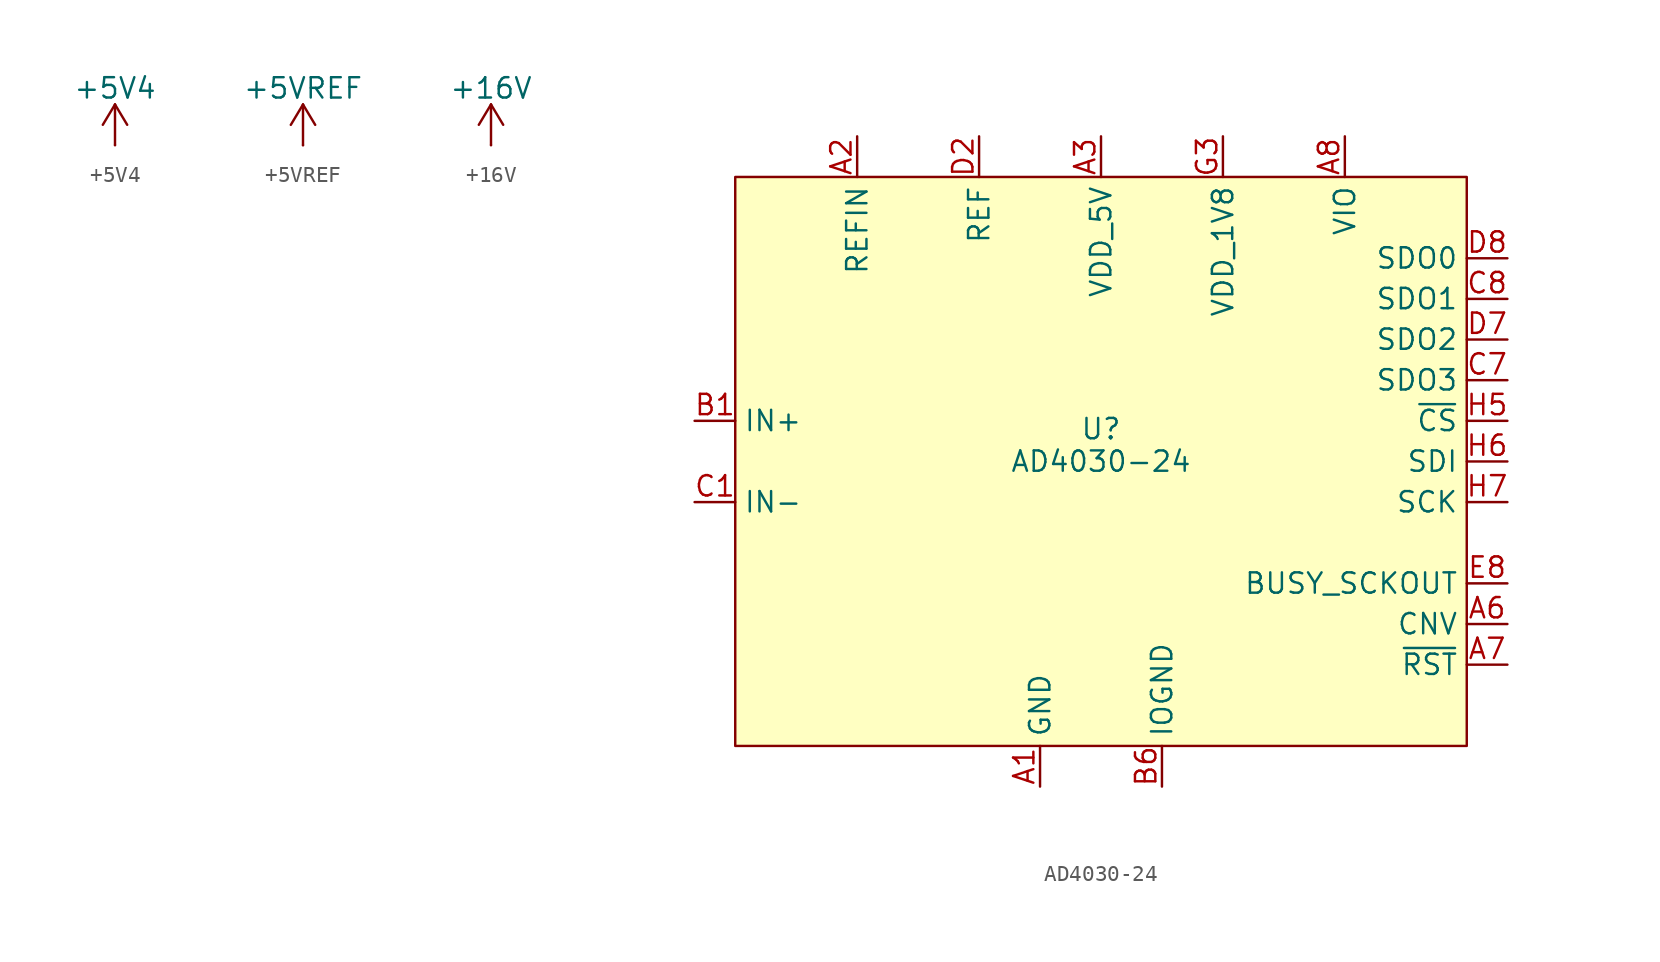
<source format=kicad_sym>
(kicad_symbol_lib
  (version 20231120)
  (generator "kicad_symbol_editor")
  (generator_version "8.0")
  (symbol "+5V4"
    (power)
    (pin_numbers hide)
    (pin_names
      (offset 0) hide)
    (property "Reference" "#PWR"
      (at 0 -3.81 0)
      (effects (font (size 1.27 1.27)) (hide yes)))
    (property "Value" "+5V4"
      (at 0 3.556 0)
      (effects (font (size 1.27 1.27))))
    (symbol "+5V4_0_1"
      (polyline (pts (xy -0.762 1.27) (xy 0 2.54)) (stroke (width 0) (type default)) (fill (type none)))
      (polyline (pts (xy 0 0) (xy 0 2.54)) (stroke (width 0) (type default)) (fill (type none)))
      (polyline (pts (xy 0 2.54) (xy 0.762 1.27)) (stroke (width 0) (type default)) (fill (type none))))
    (symbol "+5V4_1_1"
      (pin power_in line (at 0 0 90) (length 0) (name "~" (effects (font (size 1.27 1.27)))) (number "1" (effects (font (size 1.27 1.27)))))))
  (symbol "+5VREF"
    (power)
    (pin_numbers hide)
    (pin_names
      (offset 0) hide)
    (property "Reference" "#PWR"
      (at 0 -3.81 0)
      (effects (font (size 1.27 1.27)) (hide yes)))
    (property "Value" "+5VREF"
      (at 0 3.556 0)
      (effects (font (size 1.27 1.27))))
    (symbol "+5VREF_0_1"
      (polyline (pts (xy -0.762 1.27) (xy 0 2.54)) (stroke (width 0) (type default)) (fill (type none)))
      (polyline (pts (xy 0 0) (xy 0 2.54)) (stroke (width 0) (type default)) (fill (type none)))
      (polyline (pts (xy 0 2.54) (xy 0.762 1.27)) (stroke (width 0) (type default)) (fill (type none))))
    (symbol "+5VREF_1_1"
      (pin power_in line (at 0 0 90) (length 0) (name "~" (effects (font (size 1.27 1.27)))) (number "1" (effects (font (size 1.27 1.27)))))))
  (symbol "+16V"
    (power)
    (pin_numbers hide)
    (pin_names
      (offset 0) hide)
    (property "Reference" "#PWR"
      (at 0 -3.81 0)
      (effects (font (size 1.27 1.27)) (hide yes)))
    (property "Value" "+16V"
      (at 0 3.556 0)
      (effects (font (size 1.27 1.27))))
    (symbol "+16V_0_1"
      (polyline (pts (xy -0.762 1.27) (xy 0 2.54)) (stroke (width 0) (type default)) (fill (type none)))
      (polyline (pts (xy 0 0) (xy 0 2.54)) (stroke (width 0) (type default)) (fill (type none)))
      (polyline (pts (xy 0 2.54) (xy 0.762 1.27)) (stroke (width 0) (type default)) (fill (type none))))
    (symbol "+16V_1_1"
      (pin power_in line (at 0 0 90) (length 0) (name "~" (effects (font (size 1.27 1.27)))) (number "1" (effects (font (size 1.27 1.27)))))))
  (symbol "AD4030-24"
    (property "Reference" "U"
      (at 0 2.032 0)
      (effects (font (size 1.27 1.27))))
    (property "Value" "AD4030-24"
      (at 0 0 0)
      (effects (font (size 1.27 1.27))))
    (symbol "AD4030-24_0_0"
      (pin passive line (at -3.81 -20.32 90) (length 2.54) (name "GND" (effects (font (size 1.27 1.27)))) (number "A1" (effects (font (size 1.27 1.27)))))
      (pin input line (at -15.24 20.32 270) (length 2.54) (name "REFIN" (effects (font (size 1.27 1.27)))) (number "A2" (effects (font (size 1.27 1.27)))))
      (pin input line (at 25.4 -10.16 180) (length 2.54) (name "CNV" (effects (font (size 1.27 1.27)))) (number "A6" (effects (font (size 1.27 1.27)))))
      (pin input line (at 25.4 -12.7 180) (length 2.54) (name "~{RST}" (effects (font (size 1.27 1.27)))) (number "A7" (effects (font (size 1.27 1.27)))))
      (pin input line (at -25.4 2.54 0) (length 2.54) (name "IN+" (effects (font (size 1.27 1.27)))) (number "B1" (effects (font (size 1.27 1.27)))))
      (pin passive line (at 3.81 -20.32 90) (length 2.54) (name "IOGND" (effects (font (size 1.27 1.27)))) (number "B6" (effects (font (size 1.27 1.27)))))
      (pin input line (at -25.4 -2.54 0) (length 2.54) (name "IN-" (effects (font (size 1.27 1.27)))) (number "C1" (effects (font (size 1.27 1.27)))))
      (pin output line (at 25.4 5.08 180) (length 2.54) (name "SDO3" (effects (font (size 1.27 1.27)))) (number "C7" (effects (font (size 1.27 1.27)))))
      (pin output line (at 25.4 10.16 180) (length 2.54) (name "SDO1" (effects (font (size 1.27 1.27)))) (number "C8" (effects (font (size 1.27 1.27)))))
      (pin passive line (at -7.62 20.32 270) (length 2.54) (name "REF" (effects (font (size 1.27 1.27)))) (number "D2" (effects (font (size 1.27 1.27)))))
      (pin output line (at 25.4 7.62 180) (length 2.54) (name "SDO2" (effects (font (size 1.27 1.27)))) (number "D7" (effects (font (size 1.27 1.27)))))
      (pin output line (at 25.4 12.7 180) (length 2.54) (name "SDO0" (effects (font (size 1.27 1.27)))) (number "D8" (effects (font (size 1.27 1.27)))))
      (pin output line (at 25.4 -7.62 180) (length 2.54) (name "BUSY_SCKOUT" (effects (font (size 1.27 1.27)))) (number "E8" (effects (font (size 1.27 1.27)))))
      (pin passive line (at 7.62 20.32 270) (length 2.54) (name "VDD_1V8" (effects (font (size 1.27 1.27)))) (number "G3" (effects (font (size 1.27 1.27)))))
      (pin input line (at 25.4 2.54 180) (length 2.54) (name "~{CS}" (effects (font (size 1.27 1.27)))) (number "H5" (effects (font (size 1.27 1.27)))))
      (pin input line (at 25.4 0 180) (length 2.54) (name "SDI" (effects (font (size 1.27 1.27)))) (number "H6" (effects (font (size 1.27 1.27)))))
      (pin input line (at 25.4 -2.54 180) (length 2.54) (name "SCK" (effects (font (size 1.27 1.27)))) (number "H7" (effects (font (size 1.27 1.27))))))
    (symbol "AD4030-24_1_0"
      (pin passive line (at 0 20.32 270) (length 2.54) (name "VDD_5V" (effects (font (size 1.27 1.27)))) (number "A3" (effects (font (size 1.27 1.27)))))
      (pin passive line (at -3.81 -20.32 90) (length 2.54) hide (name "GND" (effects (font (size 1.27 1.27)))) (number "A4" (effects (font (size 1.27 1.27)))))
      (pin passive line (at -3.81 -20.32 90) (length 2.54) hide (name "GND" (effects (font (size 1.27 1.27)))) (number "A5" (effects (font (size 1.27 1.27)))))
      (pin passive line (at 15.24 20.32 270) (length 2.54) (name "VIO" (effects (font (size 1.27 1.27)))) (number "A8" (effects (font (size 1.27 1.27)))))
      (pin passive line (at -3.81 -20.32 90) (length 2.54) hide (name "GND" (effects (font (size 1.27 1.27)))) (number "B2" (effects (font (size 1.27 1.27)))))
      (pin passive line (at 0 20.32 270) (length 2.54) hide (name "VDD_5V" (effects (font (size 1.27 1.27)))) (number "B3" (effects (font (size 1.27 1.27)))))
      (pin passive line (at -3.81 -20.32 90) (length 2.54) hide (name "GND" (effects (font (size 1.27 1.27)))) (number "B4" (effects (font (size 1.27 1.27)))))
      (pin passive line (at -3.81 -20.32 90) (length 2.54) hide (name "GND" (effects (font (size 1.27 1.27)))) (number "B5" (effects (font (size 1.27 1.27)))))
      (pin passive line (at 3.81 -20.32 90) (length 2.54) hide (name "IOGND" (effects (font (size 1.27 1.27)))) (number "B7" (effects (font (size 1.27 1.27)))))
      (pin passive line (at 15.24 20.32 270) (length 2.54) hide (name "VIO" (effects (font (size 1.27 1.27)))) (number "B8" (effects (font (size 1.27 1.27)))))
      (pin passive line (at -3.81 -20.32 90) (length 2.54) hide (name "GND" (effects (font (size 1.27 1.27)))) (number "C2" (effects (font (size 1.27 1.27)))))
      (pin passive line (at -3.81 -20.32 90) (length 2.54) hide (name "GND" (effects (font (size 1.27 1.27)))) (number "C3" (effects (font (size 1.27 1.27)))))
      (pin passive line (at -3.81 -20.32 90) (length 2.54) hide (name "GND" (effects (font (size 1.27 1.27)))) (number "C4" (effects (font (size 1.27 1.27)))))
      (pin passive line (at -3.81 -20.32 90) (length 2.54) hide (name "GND" (effects (font (size 1.27 1.27)))) (number "C5" (effects (font (size 1.27 1.27)))))
      (pin passive line (at 3.81 -20.32 90) (length 2.54) hide (name "IOGND" (effects (font (size 1.27 1.27)))) (number "C6" (effects (font (size 1.27 1.27)))))
      (pin passive line (at -3.81 -20.32 90) (length 2.54) hide (name "GND" (effects (font (size 1.27 1.27)))) (number "D1" (effects (font (size 1.27 1.27)))))
      (pin passive line (at -7.62 20.32 270) (length 2.54) hide (name "REF" (effects (font (size 1.27 1.27)))) (number "D3" (effects (font (size 1.27 1.27)))))
      (pin passive line (at -3.81 -20.32 90) (length 2.54) hide (name "GND" (effects (font (size 1.27 1.27)))) (number "D4" (effects (font (size 1.27 1.27)))))
      (pin passive line (at -3.81 -20.32 90) (length 2.54) hide (name "GND" (effects (font (size 1.27 1.27)))) (number "D5" (effects (font (size 1.27 1.27)))))
      (pin passive line (at 3.81 -20.32 90) (length 2.54) hide (name "IOGND" (effects (font (size 1.27 1.27)))) (number "D6" (effects (font (size 1.27 1.27)))))
      (pin passive line (at -3.81 -20.32 90) (length 2.54) hide (name "GND" (effects (font (size 1.27 1.27)))) (number "E1" (effects (font (size 1.27 1.27)))))
      (pin passive line (at -7.62 20.32 270) (length 2.54) hide (name "REF" (effects (font (size 1.27 1.27)))) (number "E2" (effects (font (size 1.27 1.27)))))
      (pin passive line (at -7.62 20.32 270) (length 2.54) hide (name "REF" (effects (font (size 1.27 1.27)))) (number "E3" (effects (font (size 1.27 1.27)))))
      (pin passive line (at -3.81 -20.32 90) (length 2.54) hide (name "GND" (effects (font (size 1.27 1.27)))) (number "E4" (effects (font (size 1.27 1.27)))))
      (pin passive line (at -3.81 -20.32 90) (length 2.54) hide (name "GND" (effects (font (size 1.27 1.27)))) (number "E5" (effects (font (size 1.27 1.27)))))
      (pin passive line (at 3.81 -20.32 90) (length 2.54) hide (name "IOGND" (effects (font (size 1.27 1.27)))) (number "E6" (effects (font (size 1.27 1.27)))))
      (pin passive line (at 3.81 -20.32 90) (length 2.54) hide (name "IOGND" (effects (font (size 1.27 1.27)))) (number "E7" (effects (font (size 1.27 1.27)))))
      (pin free non_logic (at 10.16 -15.24 270) (length 2.54) hide (name "NIC" (effects (font (size 1.27 1.27)))) (number "F1" (effects (font (size 1.27 1.27)))))
      (pin passive line (at -3.81 -20.32 90) (length 2.54) hide (name "GND" (effects (font (size 1.27 1.27)))) (number "F2" (effects (font (size 1.27 1.27)))))
      (pin passive line (at -3.81 -20.32 90) (length 2.54) hide (name "GND" (effects (font (size 1.27 1.27)))) (number "F3" (effects (font (size 1.27 1.27)))))
      (pin passive line (at -3.81 -20.32 90) (length 2.54) hide (name "GND" (effects (font (size 1.27 1.27)))) (number "F4" (effects (font (size 1.27 1.27)))))
      (pin passive line (at -3.81 -20.32 90) (length 2.54) hide (name "GND" (effects (font (size 1.27 1.27)))) (number "F5" (effects (font (size 1.27 1.27)))))
      (pin passive line (at 3.81 -20.32 90) (length 2.54) hide (name "IOGND" (effects (font (size 1.27 1.27)))) (number "F6" (effects (font (size 1.27 1.27)))))
      (pin free non_logic (at 15.24 -15.24 270) (length 2.54) hide (name "DNC" (effects (font (size 1.27 1.27)))) (number "F7" (effects (font (size 1.27 1.27)))))
      (pin free non_logic (at 12.7 -15.24 270) (length 2.54) hide (name "DNC" (effects (font (size 1.27 1.27)))) (number "F8" (effects (font (size 1.27 1.27)))))
      (pin free non_logic (at 7.62 -15.24 270) (length 2.54) hide (name "NIC" (effects (font (size 1.27 1.27)))) (number "G1" (effects (font (size 1.27 1.27)))))
      (pin passive line (at -3.81 -20.32 90) (length 2.54) hide (name "GND" (effects (font (size 1.27 1.27)))) (number "G2" (effects (font (size 1.27 1.27)))))
      (pin passive line (at -3.81 -20.32 90) (length 2.54) hide (name "GND" (effects (font (size 1.27 1.27)))) (number "G4" (effects (font (size 1.27 1.27)))))
      (pin passive line (at -3.81 -20.32 90) (length 2.54) hide (name "GND" (effects (font (size 1.27 1.27)))) (number "G5" (effects (font (size 1.27 1.27)))))
      (pin passive line (at 3.81 -20.32 90) (length 2.54) hide (name "IOGND" (effects (font (size 1.27 1.27)))) (number "G6" (effects (font (size 1.27 1.27)))))
      (pin free non_logic (at 20.32 -15.24 270) (length 2.54) hide (name "DNC" (effects (font (size 1.27 1.27)))) (number "G7" (effects (font (size 1.27 1.27)))))
      (pin free non_logic (at 17.78 -15.24 270) (length 2.54) hide (name "DNC" (effects (font (size 1.27 1.27)))) (number "G8" (effects (font (size 1.27 1.27)))))
      (pin passive line (at -3.81 -20.32 90) (length 2.54) hide (name "GND" (effects (font (size 1.27 1.27)))) (number "H1" (effects (font (size 1.27 1.27)))))
      (pin passive line (at -3.81 -20.32 90) (length 2.54) hide (name "GND" (effects (font (size 1.27 1.27)))) (number "H2" (effects (font (size 1.27 1.27)))))
      (pin passive line (at 7.62 20.32 270) (length 2.54) hide (name "VDD_1V8" (effects (font (size 1.27 1.27)))) (number "H3" (effects (font (size 1.27 1.27)))))
      (pin passive line (at -3.81 -20.32 90) (length 2.54) hide (name "GND" (effects (font (size 1.27 1.27)))) (number "H4" (effects (font (size 1.27 1.27)))))
      (pin passive line (at 3.81 -20.32 90) (length 2.54) hide (name "IOGND" (effects (font (size 1.27 1.27)))) (number "H8" (effects (font (size 1.27 1.27))))))
    (symbol "AD4030-24_1_1"
      (rectangle (start -22.86 17.78) (end 22.86 -17.78) (stroke (width 0) (type default)) (fill (type background))))))
</source>
